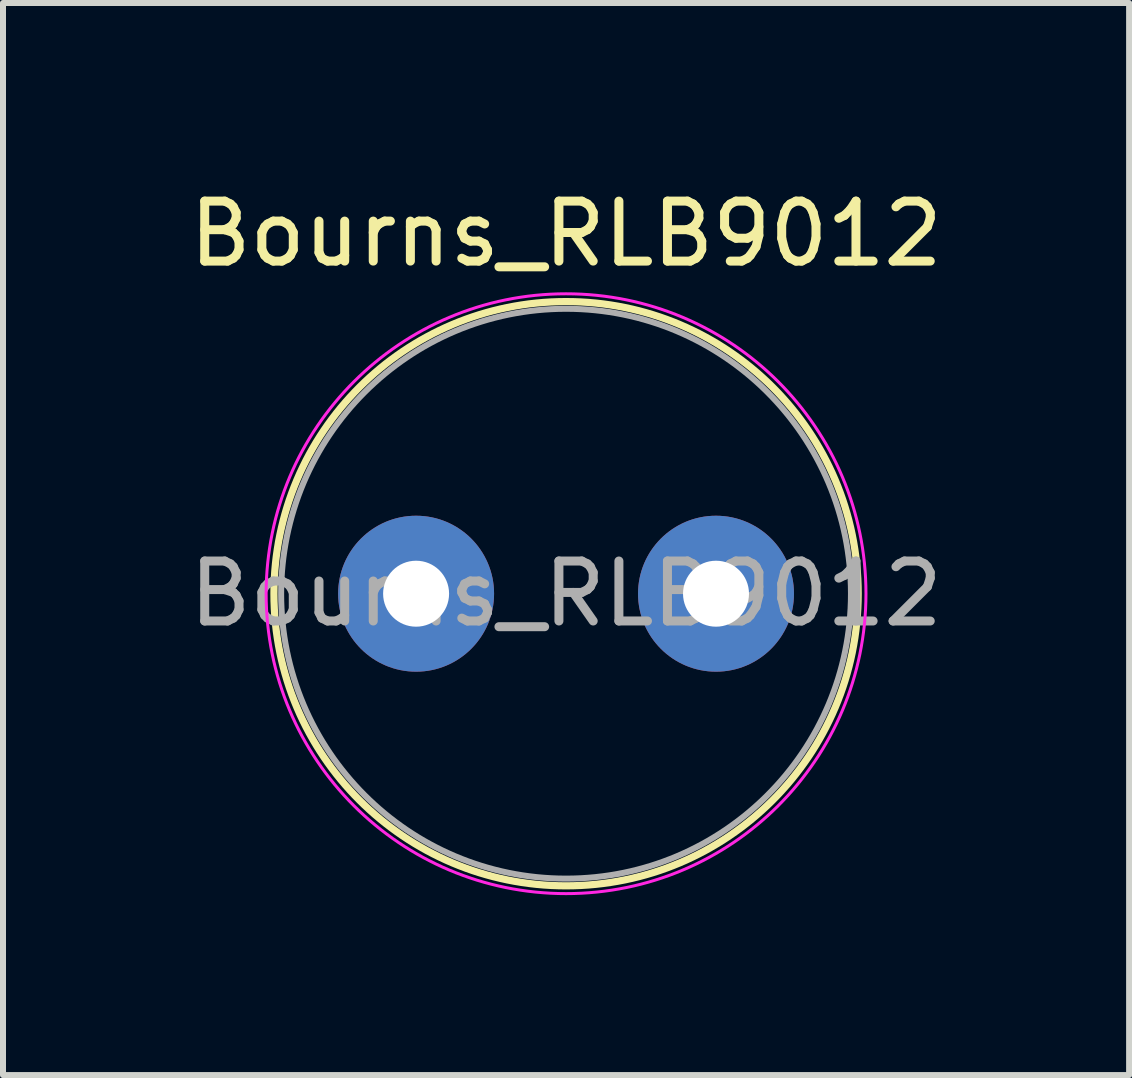
<source format=kicad_pcb>
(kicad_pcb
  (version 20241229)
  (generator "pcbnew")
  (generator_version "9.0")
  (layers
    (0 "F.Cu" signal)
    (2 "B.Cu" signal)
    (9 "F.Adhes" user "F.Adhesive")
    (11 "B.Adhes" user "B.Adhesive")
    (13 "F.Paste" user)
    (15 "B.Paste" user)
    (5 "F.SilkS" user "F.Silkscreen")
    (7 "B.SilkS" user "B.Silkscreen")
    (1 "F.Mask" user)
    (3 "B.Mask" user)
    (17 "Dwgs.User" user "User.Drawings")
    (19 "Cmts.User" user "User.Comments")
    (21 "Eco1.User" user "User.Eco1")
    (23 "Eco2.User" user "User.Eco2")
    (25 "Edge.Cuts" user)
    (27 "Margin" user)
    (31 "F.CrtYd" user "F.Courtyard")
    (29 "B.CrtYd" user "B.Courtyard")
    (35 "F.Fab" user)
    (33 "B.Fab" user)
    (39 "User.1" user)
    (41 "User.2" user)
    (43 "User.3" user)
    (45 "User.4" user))
  (footprint "Bourns_RLB9012"
    (layer "F.Cu")
    (at 3.887 6.848)
    (property "Reference" "Bourns_RLB9012" (at 2.5 -6 0) (layer "F.SilkS") (effects (font (size 1 1) (thickness 0.15))))
    (attr through_hole)
    (fp_circle (center 2.5 0) (end 7.37 0) (stroke (width 0.12) (type solid)) (fill no) (layer "F.SilkS"))
    (fp_circle (center 2.5 0) (end 7.5 0) (stroke (width 0.05) (type solid)) (fill no) (layer "F.CrtYd"))
    (fp_circle (center 2.5 0) (end 7.25 0) (stroke (width 0.1) (type solid)) (fill no) (layer "F.Fab"))
    (fp_text user "${REFERENCE}" (at 2.5 0 0) (layer "F.Fab") (effects (font (size 1 1) (thickness 0.15))))
    (pad "1" thru_hole circle (at 0 0) (size 2.6 2.6) (drill 1.1) (layers "*.Cu" "*.Mask"))
    (pad "2" thru_hole circle (at 5 0) (size 2.6 2.6) (drill 1.1) (layers "*.Cu" "*.Mask")))
  (gr_rect
    (start -3 -3)
    (end 15.774 14.873)
    (stroke (width 0.1) (type default))
    (fill no)
    (layer "Edge.Cuts")))
</source>
